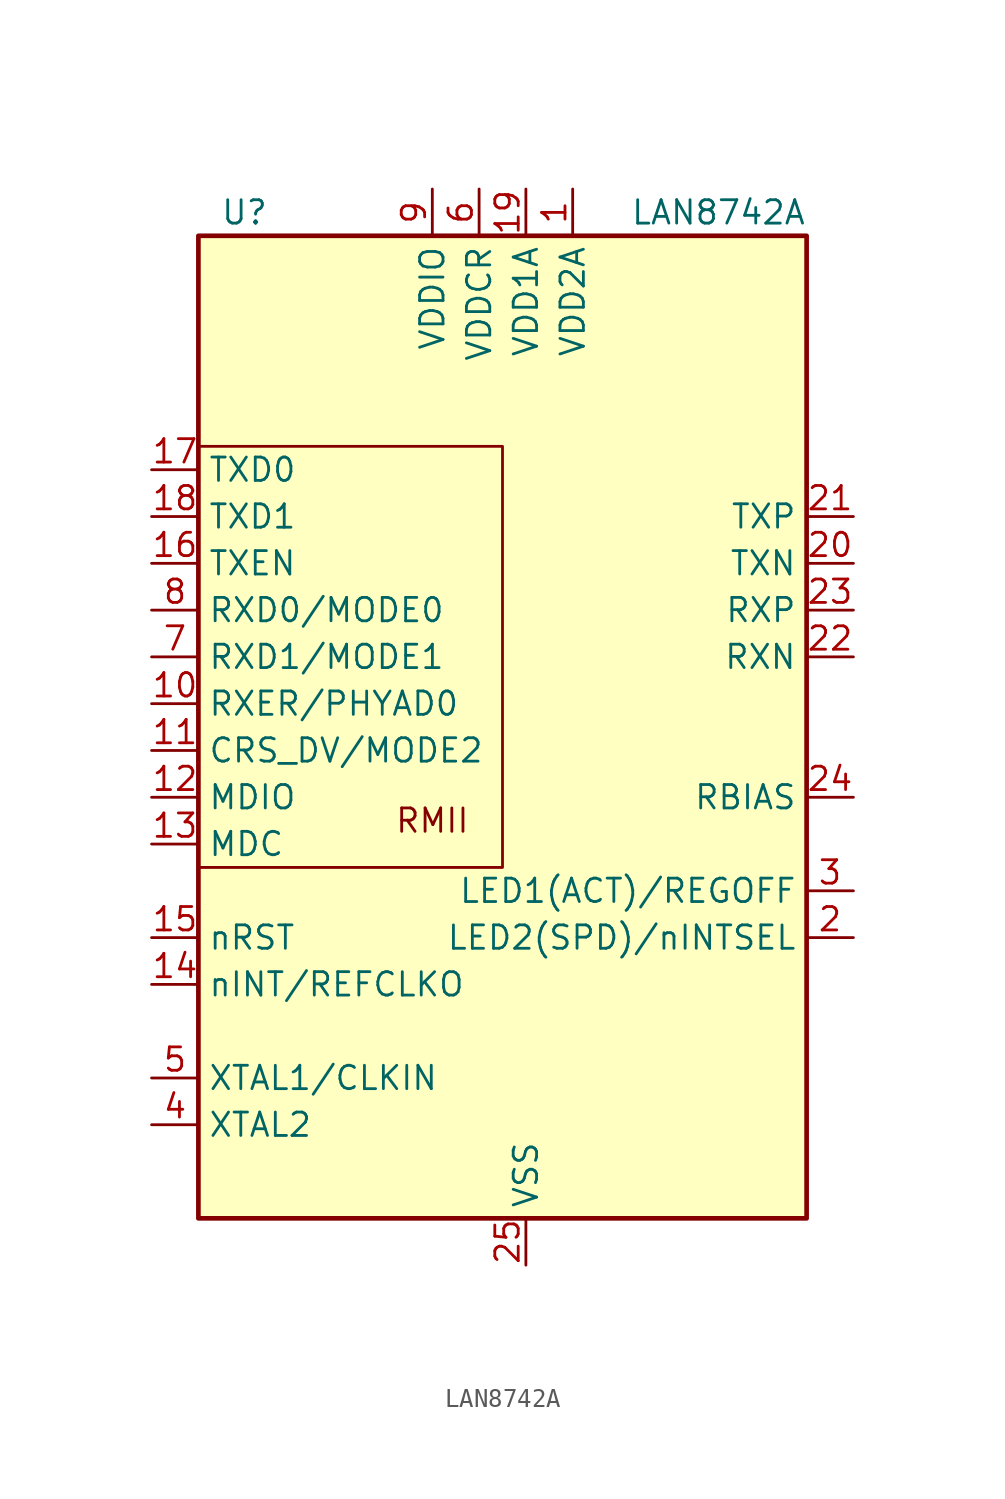
<source format=kicad_sym>
(kicad_symbol_lib
  (version 20231120)
  (generator "kicad_symbol_editor")
  (generator_version "8.0")
  (symbol "LAN8742A"
    (property "Reference" "U"
      (at -13.97 29.21 0)
      (effects (font (size 1.27 1.27)) (justify right)))
    (property "Value" "LAN8742A"
      (at 15.24 29.21 0)
      (effects (font (size 1.27 1.27)) (justify right)))
    (symbol "LAN8742A_0_0"
      (text "RMII" (at -5.08 -3.81 0) (effects (font (size 1.27 1.27)))))
    (symbol "LAN8742A_0_1"
      (rectangle (start -17.78 27.94) (end 15.24 -25.4) (stroke (width 0.254) (type default)) (fill (type background)))
      (polyline (pts (xy -17.78 -6.35) (xy -1.27 -6.35) (xy -1.27 16.51) (xy -17.78 16.51)) (stroke (width 0) (type default)) (fill (type none))))
    (symbol "LAN8742A_1_1"
      (pin power_in line (at 2.54 30.48 270) (length 2.54) (name "VDD2A" (effects (font (size 1.27 1.27)))) (number "1" (effects (font (size 1.27 1.27)))))
      (pin output line (at -20.32 2.54 0) (length 2.54) (name "RXER/PHYAD0" (effects (font (size 1.27 1.27)))) (number "10" (effects (font (size 1.27 1.27)))))
      (pin output line (at -20.32 0 0) (length 2.54) (name "CRS_DV/MODE2" (effects (font (size 1.27 1.27)))) (number "11" (effects (font (size 1.27 1.27)))))
      (pin bidirectional line (at -20.32 -2.54 0) (length 2.54) (name "MDIO" (effects (font (size 1.27 1.27)))) (number "12" (effects (font (size 1.27 1.27)))))
      (pin input line (at -20.32 -5.08 0) (length 2.54) (name "MDC" (effects (font (size 1.27 1.27)))) (number "13" (effects (font (size 1.27 1.27)))))
      (pin output line (at -20.32 -12.7 0) (length 2.54) (name "nINT/REFCLKO" (effects (font (size 1.27 1.27)))) (number "14" (effects (font (size 1.27 1.27)))))
      (pin input line (at -20.32 -10.16 0) (length 2.54) (name "nRST" (effects (font (size 1.27 1.27)))) (number "15" (effects (font (size 1.27 1.27)))))
      (pin input line (at -20.32 10.16 0) (length 2.54) (name "TXEN" (effects (font (size 1.27 1.27)))) (number "16" (effects (font (size 1.27 1.27)))))
      (pin input line (at -20.32 15.24 0) (length 2.54) (name "TXD0" (effects (font (size 1.27 1.27)))) (number "17" (effects (font (size 1.27 1.27)))))
      (pin input line (at -20.32 12.7 0) (length 2.54) (name "TXD1" (effects (font (size 1.27 1.27)))) (number "18" (effects (font (size 1.27 1.27)))))
      (pin power_in line (at 0 30.48 270) (length 2.54) (name "VDD1A" (effects (font (size 1.27 1.27)))) (number "19" (effects (font (size 1.27 1.27)))))
      (pin bidirectional line (at 17.78 -10.16 180) (length 2.54) (name "LED2(SPD)/nINTSEL" (effects (font (size 1.27 1.27)))) (number "2" (effects (font (size 1.27 1.27)))))
      (pin output line (at 17.78 10.16 180) (length 2.54) (name "TXN" (effects (font (size 1.27 1.27)))) (number "20" (effects (font (size 1.27 1.27)))))
      (pin output line (at 17.78 12.7 180) (length 2.54) (name "TXP" (effects (font (size 1.27 1.27)))) (number "21" (effects (font (size 1.27 1.27)))))
      (pin output line (at 17.78 5.08 180) (length 2.54) (name "RXN" (effects (font (size 1.27 1.27)))) (number "22" (effects (font (size 1.27 1.27)))))
      (pin output line (at 17.78 7.62 180) (length 2.54) (name "RXP" (effects (font (size 1.27 1.27)))) (number "23" (effects (font (size 1.27 1.27)))))
      (pin input line (at 17.78 -2.54 180) (length 2.54) (name "RBIAS" (effects (font (size 1.27 1.27)))) (number "24" (effects (font (size 1.27 1.27)))))
      (pin power_in line (at 0 -27.94 90) (length 2.54) (name "VSS" (effects (font (size 1.27 1.27)))) (number "25" (effects (font (size 1.27 1.27)))))
      (pin bidirectional line (at 17.78 -7.62 180) (length 2.54) (name "LED1(ACT)/REGOFF" (effects (font (size 1.27 1.27)))) (number "3" (effects (font (size 1.27 1.27)))))
      (pin passive line (at -20.32 -20.32 0) (length 2.54) (name "XTAL2" (effects (font (size 1.27 1.27)))) (number "4" (effects (font (size 1.27 1.27)))))
      (pin passive line (at -20.32 -17.78 0) (length 2.54) (name "XTAL1/CLKIN" (effects (font (size 1.27 1.27)))) (number "5" (effects (font (size 1.27 1.27)))))
      (pin power_in line (at -2.54 30.48 270) (length 2.54) (name "VDDCR" (effects (font (size 1.27 1.27)))) (number "6" (effects (font (size 1.27 1.27)))))
      (pin output line (at -20.32 5.08 0) (length 2.54) (name "RXD1/MODE1" (effects (font (size 1.27 1.27)))) (number "7" (effects (font (size 1.27 1.27)))))
      (pin output line (at -20.32 7.62 0) (length 2.54) (name "RXD0/MODE0" (effects (font (size 1.27 1.27)))) (number "8" (effects (font (size 1.27 1.27)))))
      (pin power_in line (at -5.08 30.48 270) (length 2.54) (name "VDDIO" (effects (font (size 1.27 1.27)))) (number "9" (effects (font (size 1.27 1.27))))))))
</source>
